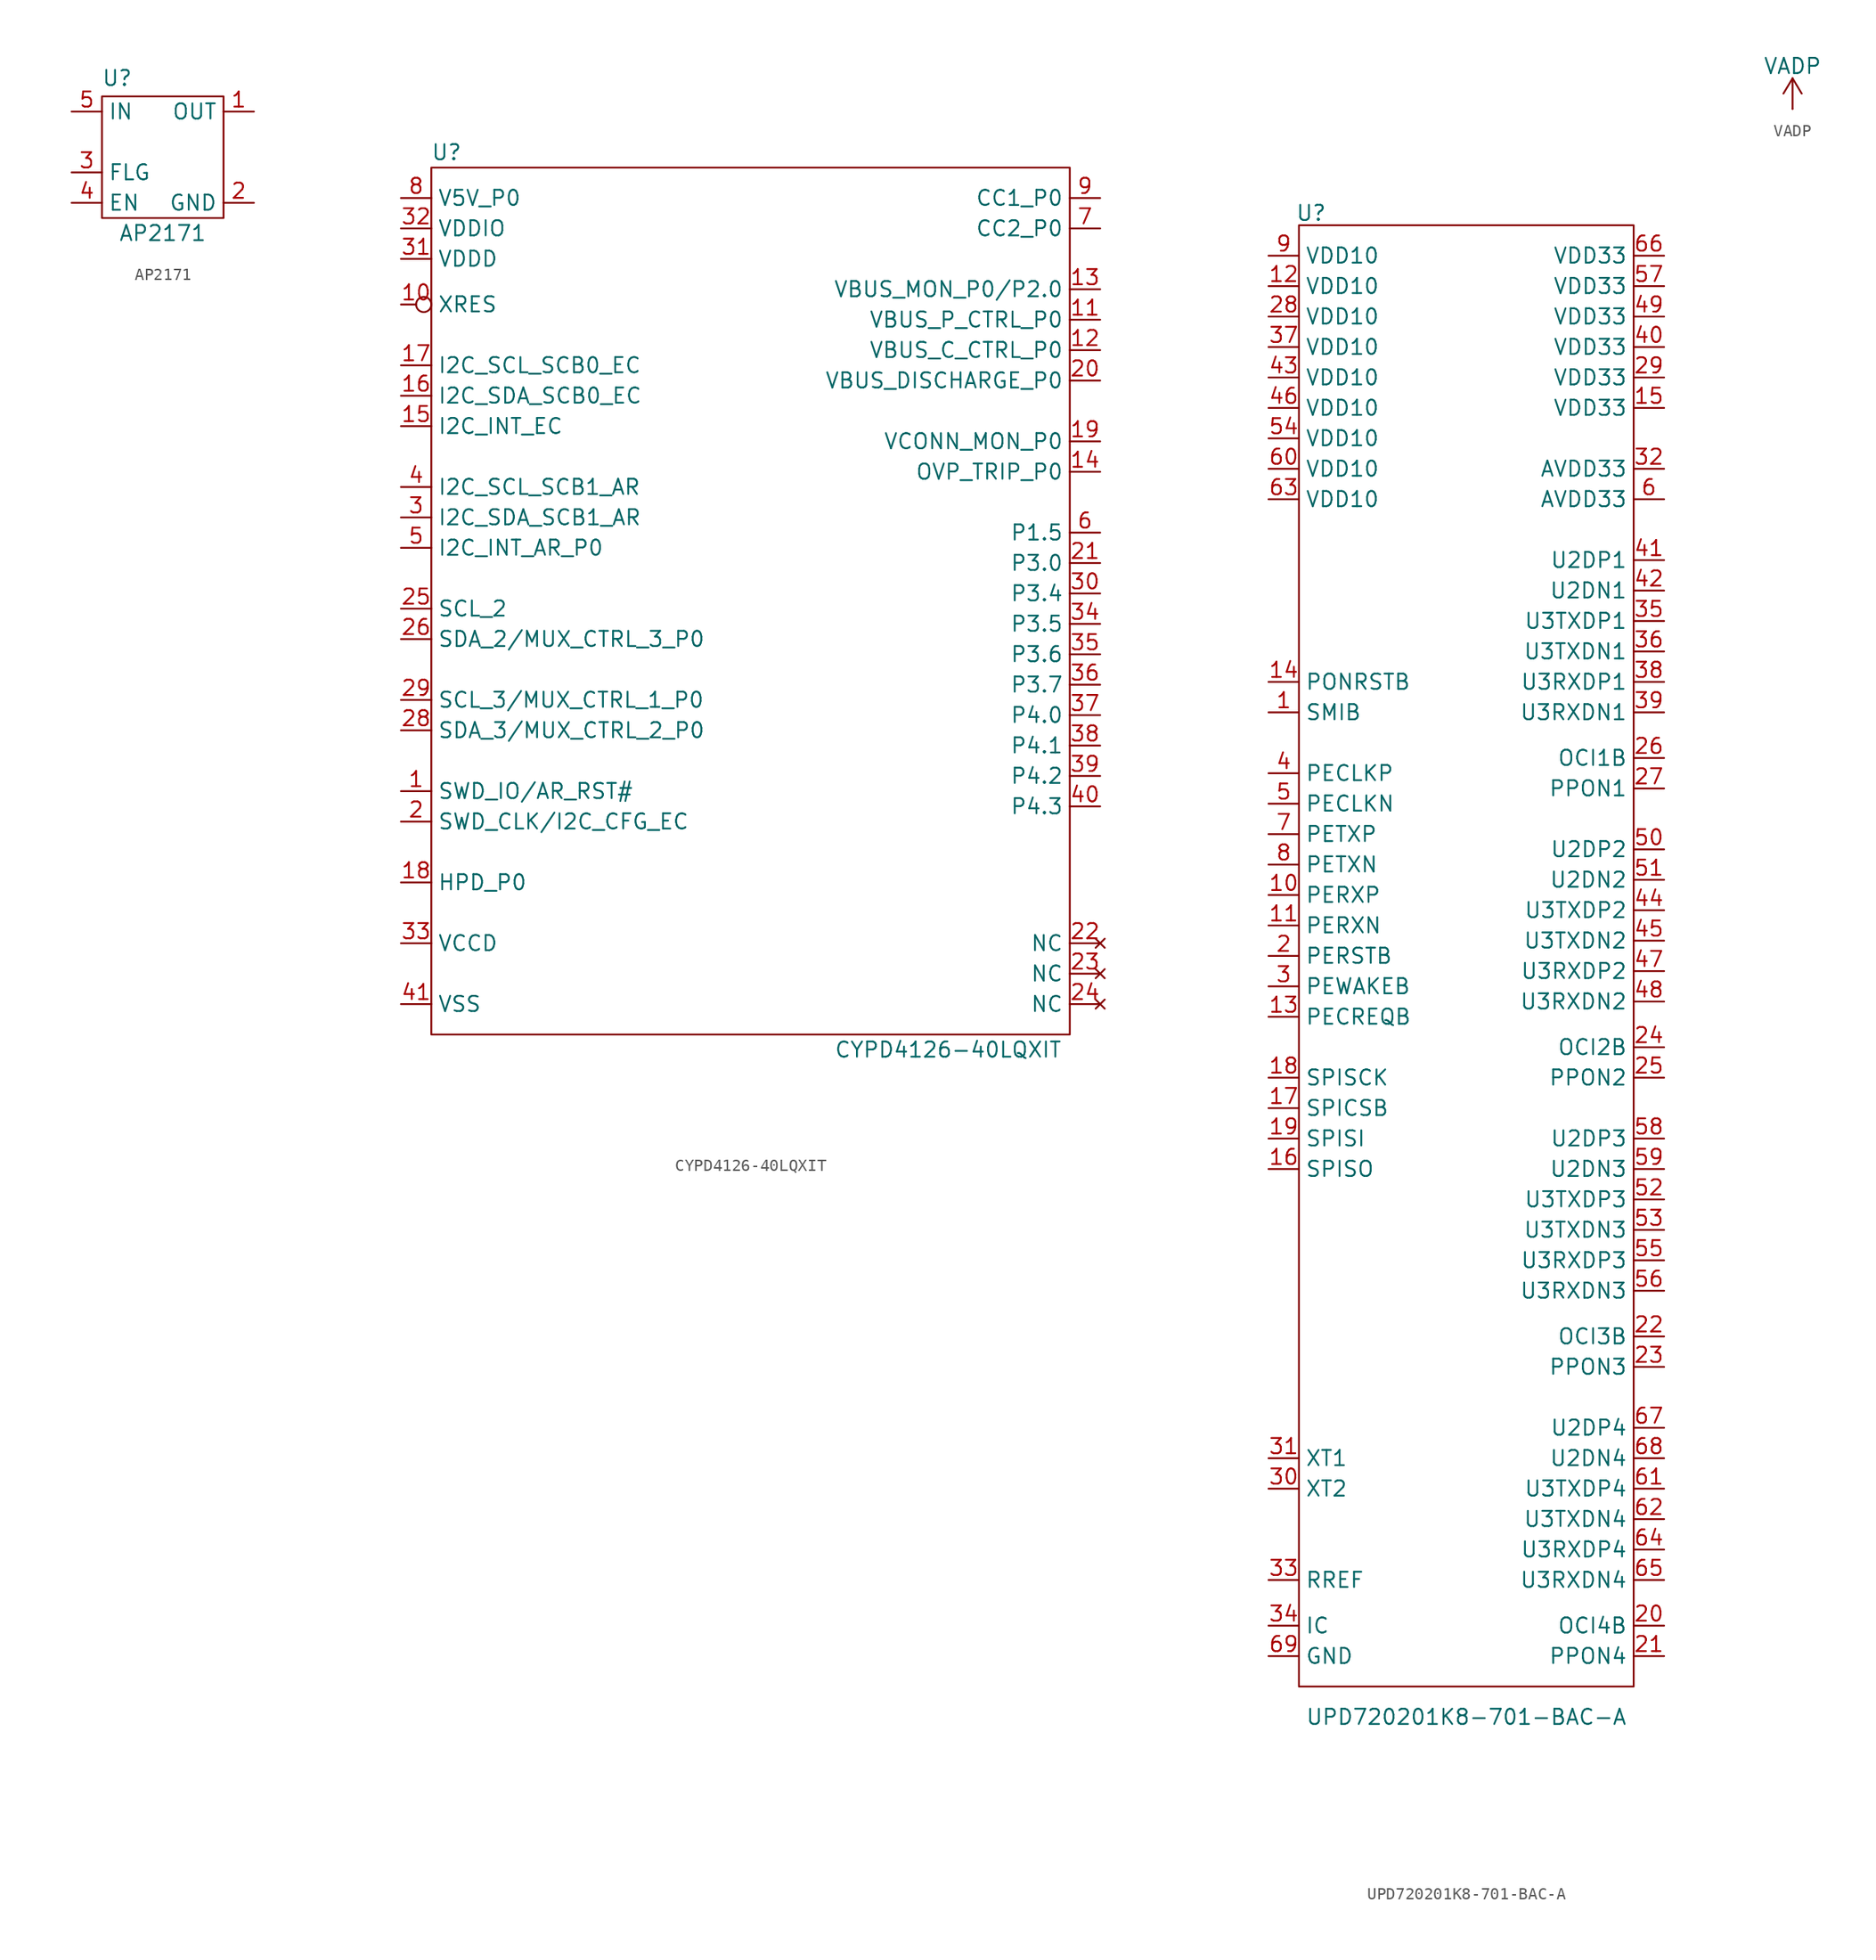
<source format=kicad_sym>
(kicad_symbol_lib
  (version 20231120)
  (generator "kicad_symbol_editor")
  (generator_version "8.0")
  (symbol "AP2171"
    (property "Reference" "U"
      (at -3.81 6.604 0)
      (effects (font (size 1.27 1.27))))
    (property "Value" "AP2171"
      (at 0 -6.35 0)
      (effects (font (size 1.27 1.27))))
    (symbol "AP2171_0_1"
      (rectangle (start -5.08 5.08) (end 5.08 -5.08) (stroke (width 0) (type default)) (fill (type none))))
    (symbol "AP2171_1_1"
      (pin power_out line (at 7.62 3.81 180) (length 2.54) (name "OUT" (effects (font (size 1.27 1.27)))) (number "1" (effects (font (size 1.27 1.27)))))
      (pin power_in line (at 7.62 -3.81 180) (length 2.54) (name "GND" (effects (font (size 1.27 1.27)))) (number "2" (effects (font (size 1.27 1.27)))))
      (pin open_collector line (at -7.62 -1.27 0) (length 2.54) (name "FLG" (effects (font (size 1.27 1.27)))) (number "3" (effects (font (size 1.27 1.27)))))
      (pin input line (at -7.62 -3.81 0) (length 2.54) (name "EN" (effects (font (size 1.27 1.27)))) (number "4" (effects (font (size 1.27 1.27)))))
      (pin power_in line (at -7.62 3.81 0) (length 2.54) (name "IN" (effects (font (size 1.27 1.27)))) (number "5" (effects (font (size 1.27 1.27)))))))
  (symbol "CYPD4126-40LQXIT"
    (property "Reference" "U"
      (at -25.4 34.29 0)
      (effects (font (size 1.27 1.27))))
    (property "Value" "CYPD4126-40LQXIT"
      (at 16.51 -40.64 0)
      (effects (font (size 1.27 1.27))))
    (symbol "CYPD4126-40LQXIT_0_1"
      (rectangle (start -26.67 33.02) (end 26.67 -39.37) (stroke (width 0) (type default)) (fill (type none))))
    (symbol "CYPD4126-40LQXIT_1_1"
      (pin bidirectional line (at -29.21 -19.05 0) (length 2.54) (name "SWD_IO/AR_RST#" (effects (font (size 1.27 1.27)))) (number "1" (effects (font (size 1.27 1.27)))))
      (pin input inverted (at -29.21 21.59 0) (length 2.54) (name "XRES" (effects (font (size 1.27 1.27)))) (number "10" (effects (font (size 1.27 1.27)))))
      (pin input line (at 29.21 20.32 180) (length 2.54) (name "VBUS_P_CTRL_P0" (effects (font (size 1.27 1.27)))) (number "11" (effects (font (size 1.27 1.27)))))
      (pin input line (at 29.21 17.78 180) (length 2.54) (name "VBUS_C_CTRL_P0" (effects (font (size 1.27 1.27)))) (number "12" (effects (font (size 1.27 1.27)))))
      (pin input line (at 29.21 22.86 180) (length 2.54) (name "VBUS_MON_P0/P2.0" (effects (font (size 1.27 1.27)))) (number "13" (effects (font (size 1.27 1.27)))))
      (pin input line (at 29.21 7.62 180) (length 2.54) (name "OVP_TRIP_P0" (effects (font (size 1.27 1.27)))) (number "14" (effects (font (size 1.27 1.27)))))
      (pin bidirectional line (at -29.21 11.43 0) (length 2.54) (name "I2C_INT_EC" (effects (font (size 1.27 1.27)))) (number "15" (effects (font (size 1.27 1.27)))))
      (pin bidirectional line (at -29.21 13.97 0) (length 2.54) (name "I2C_SDA_SCB0_EC" (effects (font (size 1.27 1.27)))) (number "16" (effects (font (size 1.27 1.27)))))
      (pin bidirectional line (at -29.21 16.51 0) (length 2.54) (name "I2C_SCL_SCB0_EC" (effects (font (size 1.27 1.27)))) (number "17" (effects (font (size 1.27 1.27)))))
      (pin bidirectional line (at -29.21 -26.67 0) (length 2.54) (name "HPD_P0" (effects (font (size 1.27 1.27)))) (number "18" (effects (font (size 1.27 1.27)))))
      (pin input line (at 29.21 10.16 180) (length 2.54) (name "VCONN_MON_P0" (effects (font (size 1.27 1.27)))) (number "19" (effects (font (size 1.27 1.27)))))
      (pin bidirectional line (at -29.21 -21.59 0) (length 2.54) (name "SWD_CLK/I2C_CFG_EC" (effects (font (size 1.27 1.27)))) (number "2" (effects (font (size 1.27 1.27)))))
      (pin input line (at 29.21 15.24 180) (length 2.54) (name "VBUS_DISCHARGE_P0" (effects (font (size 1.27 1.27)))) (number "20" (effects (font (size 1.27 1.27)))))
      (pin bidirectional line (at 29.21 0 180) (length 2.54) (name "P3.0" (effects (font (size 1.27 1.27)))) (number "21" (effects (font (size 1.27 1.27)))))
      (pin no_connect line (at 29.21 -31.75 180) (length 2.54) (name "NC" (effects (font (size 1.27 1.27)))) (number "22" (effects (font (size 1.27 1.27)))))
      (pin no_connect line (at 29.21 -34.29 180) (length 2.54) (name "NC" (effects (font (size 1.27 1.27)))) (number "23" (effects (font (size 1.27 1.27)))))
      (pin no_connect line (at 29.21 -36.83 180) (length 2.54) (name "NC" (effects (font (size 1.27 1.27)))) (number "24" (effects (font (size 1.27 1.27)))))
      (pin bidirectional line (at -29.21 -3.81 0) (length 2.54) (name "SCL_2" (effects (font (size 1.27 1.27)))) (number "25" (effects (font (size 1.27 1.27)))))
      (pin bidirectional line (at -29.21 -6.35 0) (length 2.54) (name "SDA_2/MUX_CTRL_3_P0" (effects (font (size 1.27 1.27)))) (number "26" (effects (font (size 1.27 1.27)))))
      (pin bidirectional line (at -29.21 -13.97 0) (length 2.54) (name "SDA_3/MUX_CTRL_2_P0" (effects (font (size 1.27 1.27)))) (number "28" (effects (font (size 1.27 1.27)))))
      (pin bidirectional line (at -29.21 -11.43 0) (length 2.54) (name "SCL_3/MUX_CTRL_1_P0" (effects (font (size 1.27 1.27)))) (number "29" (effects (font (size 1.27 1.27)))))
      (pin bidirectional line (at -29.21 3.81 0) (length 2.54) (name "I2C_SDA_SCB1_AR" (effects (font (size 1.27 1.27)))) (number "3" (effects (font (size 1.27 1.27)))))
      (pin bidirectional line (at 29.21 -2.54 180) (length 2.54) (name "P3.4" (effects (font (size 1.27 1.27)))) (number "30" (effects (font (size 1.27 1.27)))))
      (pin power_in line (at -29.21 25.4 0) (length 2.54) (name "VDDD" (effects (font (size 1.27 1.27)))) (number "31" (effects (font (size 1.27 1.27)))))
      (pin power_in line (at -29.21 27.94 0) (length 2.54) (name "VDDIO" (effects (font (size 1.27 1.27)))) (number "32" (effects (font (size 1.27 1.27)))))
      (pin passive line (at -29.21 -31.75 0) (length 2.54) (name "VCCD" (effects (font (size 1.27 1.27)))) (number "33" (effects (font (size 1.27 1.27)))))
      (pin bidirectional line (at 29.21 -5.08 180) (length 2.54) (name "P3.5" (effects (font (size 1.27 1.27)))) (number "34" (effects (font (size 1.27 1.27)))))
      (pin bidirectional line (at 29.21 -7.62 180) (length 2.54) (name "P3.6" (effects (font (size 1.27 1.27)))) (number "35" (effects (font (size 1.27 1.27)))))
      (pin bidirectional line (at 29.21 -10.16 180) (length 2.54) (name "P3.7" (effects (font (size 1.27 1.27)))) (number "36" (effects (font (size 1.27 1.27)))))
      (pin bidirectional line (at 29.21 -12.7 180) (length 2.54) (name "P4.0" (effects (font (size 1.27 1.27)))) (number "37" (effects (font (size 1.27 1.27)))))
      (pin bidirectional line (at 29.21 -15.24 180) (length 2.54) (name "P4.1" (effects (font (size 1.27 1.27)))) (number "38" (effects (font (size 1.27 1.27)))))
      (pin bidirectional line (at 29.21 -17.78 180) (length 2.54) (name "P4.2" (effects (font (size 1.27 1.27)))) (number "39" (effects (font (size 1.27 1.27)))))
      (pin bidirectional line (at -29.21 6.35 0) (length 2.54) (name "I2C_SCL_SCB1_AR" (effects (font (size 1.27 1.27)))) (number "4" (effects (font (size 1.27 1.27)))))
      (pin bidirectional line (at 29.21 -20.32 180) (length 2.54) (name "P4.3" (effects (font (size 1.27 1.27)))) (number "40" (effects (font (size 1.27 1.27)))))
      (pin power_in line (at -29.21 -36.83 0) (length 2.54) (name "VSS" (effects (font (size 1.27 1.27)))) (number "41" (effects (font (size 1.27 1.27)))))
      (pin bidirectional line (at -29.21 1.27 0) (length 2.54) (name "I2C_INT_AR_P0" (effects (font (size 1.27 1.27)))) (number "5" (effects (font (size 1.27 1.27)))))
      (pin bidirectional line (at 29.21 2.54 180) (length 2.54) (name "P1.5" (effects (font (size 1.27 1.27)))) (number "6" (effects (font (size 1.27 1.27)))))
      (pin bidirectional line (at 29.21 27.94 180) (length 2.54) (name "CC2_P0" (effects (font (size 1.27 1.27)))) (number "7" (effects (font (size 1.27 1.27)))))
      (pin power_in line (at -29.21 30.48 0) (length 2.54) (name "V5V_P0" (effects (font (size 1.27 1.27)))) (number "8" (effects (font (size 1.27 1.27)))))
      (pin bidirectional line (at 29.21 30.48 180) (length 2.54) (name "CC1_P0" (effects (font (size 1.27 1.27)))) (number "9" (effects (font (size 1.27 1.27)))))))
  (symbol "UPD720201K8-701-BAC-A"
    (property "Reference" "U"
      (at -12.954 74.676 0)
      (effects (font (size 1.27 1.27))))
    (property "Value" "UPD720201K8-701-BAC-A"
      (at 0 -50.8 0)
      (effects (font (size 1.27 1.27))))
    (symbol "UPD720201K8-701-BAC-A_0_1"
      (rectangle (start -13.97 73.66) (end 13.97 -48.26) (stroke (width 0) (type default)) (fill (type none))))
    (symbol "UPD720201K8-701-BAC-A_1_1"
      (pin bidirectional line (at -16.51 33.02 0) (length 2.54) (name "SMIB" (effects (font (size 1.27 1.27)))) (number "1" (effects (font (size 1.27 1.27)))))
      (pin bidirectional line (at -16.51 17.78 0) (length 2.54) (name "PERXP" (effects (font (size 1.27 1.27)))) (number "10" (effects (font (size 1.27 1.27)))))
      (pin bidirectional line (at -16.51 15.24 0) (length 2.54) (name "PERXN" (effects (font (size 1.27 1.27)))) (number "11" (effects (font (size 1.27 1.27)))))
      (pin power_in line (at -16.51 68.58 0) (length 2.54) (name "VDD10" (effects (font (size 1.27 1.27)))) (number "12" (effects (font (size 1.27 1.27)))))
      (pin bidirectional line (at -16.51 7.62 0) (length 2.54) (name "PECREQB" (effects (font (size 1.27 1.27)))) (number "13" (effects (font (size 1.27 1.27)))))
      (pin bidirectional line (at -16.51 35.56 0) (length 2.54) (name "PONRSTB" (effects (font (size 1.27 1.27)))) (number "14" (effects (font (size 1.27 1.27)))))
      (pin power_in line (at 16.51 58.42 180) (length 2.54) (name "VDD33" (effects (font (size 1.27 1.27)))) (number "15" (effects (font (size 1.27 1.27)))))
      (pin bidirectional line (at -16.51 -5.08 0) (length 2.54) (name "SPISO" (effects (font (size 1.27 1.27)))) (number "16" (effects (font (size 1.27 1.27)))))
      (pin bidirectional line (at -16.51 0 0) (length 2.54) (name "SPICSB" (effects (font (size 1.27 1.27)))) (number "17" (effects (font (size 1.27 1.27)))))
      (pin bidirectional line (at -16.51 2.54 0) (length 2.54) (name "SPISCK" (effects (font (size 1.27 1.27)))) (number "18" (effects (font (size 1.27 1.27)))))
      (pin bidirectional line (at -16.51 -2.54 0) (length 2.54) (name "SPISI" (effects (font (size 1.27 1.27)))) (number "19" (effects (font (size 1.27 1.27)))))
      (pin bidirectional line (at -16.51 12.7 0) (length 2.54) (name "PERSTB" (effects (font (size 1.27 1.27)))) (number "2" (effects (font (size 1.27 1.27)))))
      (pin bidirectional line (at 16.51 -43.18 180) (length 2.54) (name "OCI4B" (effects (font (size 1.27 1.27)))) (number "20" (effects (font (size 1.27 1.27)))))
      (pin bidirectional line (at 16.51 -45.72 180) (length 2.54) (name "PPON4" (effects (font (size 1.27 1.27)))) (number "21" (effects (font (size 1.27 1.27)))))
      (pin bidirectional line (at 16.51 -19.05 180) (length 2.54) (name "OCI3B" (effects (font (size 1.27 1.27)))) (number "22" (effects (font (size 1.27 1.27)))))
      (pin bidirectional line (at 16.51 -21.59 180) (length 2.54) (name "PPON3" (effects (font (size 1.27 1.27)))) (number "23" (effects (font (size 1.27 1.27)))))
      (pin bidirectional line (at 16.51 5.08 180) (length 2.54) (name "OCI2B" (effects (font (size 1.27 1.27)))) (number "24" (effects (font (size 1.27 1.27)))))
      (pin bidirectional line (at 16.51 2.54 180) (length 2.54) (name "PPON2" (effects (font (size 1.27 1.27)))) (number "25" (effects (font (size 1.27 1.27)))))
      (pin bidirectional line (at 16.51 29.21 180) (length 2.54) (name "OCI1B" (effects (font (size 1.27 1.27)))) (number "26" (effects (font (size 1.27 1.27)))))
      (pin bidirectional line (at 16.51 26.67 180) (length 2.54) (name "PPON1" (effects (font (size 1.27 1.27)))) (number "27" (effects (font (size 1.27 1.27)))))
      (pin power_in line (at -16.51 66.04 0) (length 2.54) (name "VDD10" (effects (font (size 1.27 1.27)))) (number "28" (effects (font (size 1.27 1.27)))))
      (pin power_in line (at 16.51 60.96 180) (length 2.54) (name "VDD33" (effects (font (size 1.27 1.27)))) (number "29" (effects (font (size 1.27 1.27)))))
      (pin bidirectional line (at -16.51 10.16 0) (length 2.54) (name "PEWAKEB" (effects (font (size 1.27 1.27)))) (number "3" (effects (font (size 1.27 1.27)))))
      (pin bidirectional line (at -16.51 -31.75 0) (length 2.54) (name "XT2" (effects (font (size 1.27 1.27)))) (number "30" (effects (font (size 1.27 1.27)))))
      (pin bidirectional line (at -16.51 -29.21 0) (length 2.54) (name "XT1" (effects (font (size 1.27 1.27)))) (number "31" (effects (font (size 1.27 1.27)))))
      (pin power_in line (at 16.51 53.34 180) (length 2.54) (name "AVDD33" (effects (font (size 1.27 1.27)))) (number "32" (effects (font (size 1.27 1.27)))))
      (pin bidirectional line (at -16.51 -39.37 0) (length 2.54) (name "RREF" (effects (font (size 1.27 1.27)))) (number "33" (effects (font (size 1.27 1.27)))))
      (pin bidirectional line (at -16.51 -43.18 0) (length 2.54) (name "IC" (effects (font (size 1.27 1.27)))) (number "34" (effects (font (size 1.27 1.27)))))
      (pin bidirectional line (at 16.51 40.64 180) (length 2.54) (name "U3TXDP1" (effects (font (size 1.27 1.27)))) (number "35" (effects (font (size 1.27 1.27)))))
      (pin bidirectional line (at 16.51 38.1 180) (length 2.54) (name "U3TXDN1" (effects (font (size 1.27 1.27)))) (number "36" (effects (font (size 1.27 1.27)))))
      (pin power_in line (at -16.51 63.5 0) (length 2.54) (name "VDD10" (effects (font (size 1.27 1.27)))) (number "37" (effects (font (size 1.27 1.27)))))
      (pin bidirectional line (at 16.51 35.56 180) (length 2.54) (name "U3RXDP1" (effects (font (size 1.27 1.27)))) (number "38" (effects (font (size 1.27 1.27)))))
      (pin bidirectional line (at 16.51 33.02 180) (length 2.54) (name "U3RXDN1" (effects (font (size 1.27 1.27)))) (number "39" (effects (font (size 1.27 1.27)))))
      (pin bidirectional line (at -16.51 27.94 0) (length 2.54) (name "PECLKP" (effects (font (size 1.27 1.27)))) (number "4" (effects (font (size 1.27 1.27)))))
      (pin power_in line (at 16.51 63.5 180) (length 2.54) (name "VDD33" (effects (font (size 1.27 1.27)))) (number "40" (effects (font (size 1.27 1.27)))))
      (pin bidirectional line (at 16.51 45.72 180) (length 2.54) (name "U2DP1" (effects (font (size 1.27 1.27)))) (number "41" (effects (font (size 1.27 1.27)))))
      (pin bidirectional line (at 16.51 43.18 180) (length 2.54) (name "U2DN1" (effects (font (size 1.27 1.27)))) (number "42" (effects (font (size 1.27 1.27)))))
      (pin power_in line (at -16.51 60.96 0) (length 2.54) (name "VDD10" (effects (font (size 1.27 1.27)))) (number "43" (effects (font (size 1.27 1.27)))))
      (pin bidirectional line (at 16.51 16.51 180) (length 2.54) (name "U3TXDP2" (effects (font (size 1.27 1.27)))) (number "44" (effects (font (size 1.27 1.27)))))
      (pin bidirectional line (at 16.51 13.97 180) (length 2.54) (name "U3TXDN2" (effects (font (size 1.27 1.27)))) (number "45" (effects (font (size 1.27 1.27)))))
      (pin power_in line (at -16.51 58.42 0) (length 2.54) (name "VDD10" (effects (font (size 1.27 1.27)))) (number "46" (effects (font (size 1.27 1.27)))))
      (pin bidirectional line (at 16.51 11.43 180) (length 2.54) (name "U3RXDP2" (effects (font (size 1.27 1.27)))) (number "47" (effects (font (size 1.27 1.27)))))
      (pin bidirectional line (at 16.51 8.89 180) (length 2.54) (name "U3RXDN2" (effects (font (size 1.27 1.27)))) (number "48" (effects (font (size 1.27 1.27)))))
      (pin power_in line (at 16.51 66.04 180) (length 2.54) (name "VDD33" (effects (font (size 1.27 1.27)))) (number "49" (effects (font (size 1.27 1.27)))))
      (pin bidirectional line (at -16.51 25.4 0) (length 2.54) (name "PECLKN" (effects (font (size 1.27 1.27)))) (number "5" (effects (font (size 1.27 1.27)))))
      (pin bidirectional line (at 16.51 21.59 180) (length 2.54) (name "U2DP2" (effects (font (size 1.27 1.27)))) (number "50" (effects (font (size 1.27 1.27)))))
      (pin bidirectional line (at 16.51 19.05 180) (length 2.54) (name "U2DN2" (effects (font (size 1.27 1.27)))) (number "51" (effects (font (size 1.27 1.27)))))
      (pin bidirectional line (at 16.51 -7.62 180) (length 2.54) (name "U3TXDP3" (effects (font (size 1.27 1.27)))) (number "52" (effects (font (size 1.27 1.27)))))
      (pin bidirectional line (at 16.51 -10.16 180) (length 2.54) (name "U3TXDN3" (effects (font (size 1.27 1.27)))) (number "53" (effects (font (size 1.27 1.27)))))
      (pin power_in line (at -16.51 55.88 0) (length 2.54) (name "VDD10" (effects (font (size 1.27 1.27)))) (number "54" (effects (font (size 1.27 1.27)))))
      (pin bidirectional line (at 16.51 -12.7 180) (length 2.54) (name "U3RXDP3" (effects (font (size 1.27 1.27)))) (number "55" (effects (font (size 1.27 1.27)))))
      (pin bidirectional line (at 16.51 -15.24 180) (length 2.54) (name "U3RXDN3" (effects (font (size 1.27 1.27)))) (number "56" (effects (font (size 1.27 1.27)))))
      (pin power_in line (at 16.51 68.58 180) (length 2.54) (name "VDD33" (effects (font (size 1.27 1.27)))) (number "57" (effects (font (size 1.27 1.27)))))
      (pin bidirectional line (at 16.51 -2.54 180) (length 2.54) (name "U2DP3" (effects (font (size 1.27 1.27)))) (number "58" (effects (font (size 1.27 1.27)))))
      (pin bidirectional line (at 16.51 -5.08 180) (length 2.54) (name "U2DN3" (effects (font (size 1.27 1.27)))) (number "59" (effects (font (size 1.27 1.27)))))
      (pin power_in line (at 16.51 50.8 180) (length 2.54) (name "AVDD33" (effects (font (size 1.27 1.27)))) (number "6" (effects (font (size 1.27 1.27)))))
      (pin power_in line (at -16.51 53.34 0) (length 2.54) (name "VDD10" (effects (font (size 1.27 1.27)))) (number "60" (effects (font (size 1.27 1.27)))))
      (pin bidirectional line (at 16.51 -31.75 180) (length 2.54) (name "U3TXDP4" (effects (font (size 1.27 1.27)))) (number "61" (effects (font (size 1.27 1.27)))))
      (pin bidirectional line (at 16.51 -34.29 180) (length 2.54) (name "U3TXDN4" (effects (font (size 1.27 1.27)))) (number "62" (effects (font (size 1.27 1.27)))))
      (pin power_in line (at -16.51 50.8 0) (length 2.54) (name "VDD10" (effects (font (size 1.27 1.27)))) (number "63" (effects (font (size 1.27 1.27)))))
      (pin bidirectional line (at 16.51 -36.83 180) (length 2.54) (name "U3RXDP4" (effects (font (size 1.27 1.27)))) (number "64" (effects (font (size 1.27 1.27)))))
      (pin bidirectional line (at 16.51 -39.37 180) (length 2.54) (name "U3RXDN4" (effects (font (size 1.27 1.27)))) (number "65" (effects (font (size 1.27 1.27)))))
      (pin power_in line (at 16.51 71.12 180) (length 2.54) (name "VDD33" (effects (font (size 1.27 1.27)))) (number "66" (effects (font (size 1.27 1.27)))))
      (pin bidirectional line (at 16.51 -26.67 180) (length 2.54) (name "U2DP4" (effects (font (size 1.27 1.27)))) (number "67" (effects (font (size 1.27 1.27)))))
      (pin bidirectional line (at 16.51 -29.21 180) (length 2.54) (name "U2DN4" (effects (font (size 1.27 1.27)))) (number "68" (effects (font (size 1.27 1.27)))))
      (pin power_in line (at -16.51 -45.72 0) (length 2.54) (name "GND" (effects (font (size 1.27 1.27)))) (number "69" (effects (font (size 1.27 1.27)))))
      (pin bidirectional line (at -16.51 22.86 0) (length 2.54) (name "PETXP" (effects (font (size 1.27 1.27)))) (number "7" (effects (font (size 1.27 1.27)))))
      (pin bidirectional line (at -16.51 20.32 0) (length 2.54) (name "PETXN" (effects (font (size 1.27 1.27)))) (number "8" (effects (font (size 1.27 1.27)))))
      (pin power_in line (at -16.51 71.12 0) (length 2.54) (name "VDD10" (effects (font (size 1.27 1.27)))) (number "9" (effects (font (size 1.27 1.27)))))))
  (symbol "VADP"
    (power)
    (pin_numbers hide)
    (pin_names
      (offset 0) hide)
    (property "Reference" "#PWR"
      (at 0 -3.81 0)
      (effects (font (size 1.27 1.27)) (hide yes)))
    (property "Value" "VADP"
      (at 0 3.556 0)
      (effects (font (size 1.27 1.27))))
    (symbol "VADP_0_1"
      (polyline (pts (xy -0.762 1.27) (xy 0 2.54)) (stroke (width 0) (type default)) (fill (type none)))
      (polyline (pts (xy 0 0) (xy 0 2.54)) (stroke (width 0) (type default)) (fill (type none)))
      (polyline (pts (xy 0 2.54) (xy 0.762 1.27)) (stroke (width 0) (type default)) (fill (type none))))
    (symbol "VADP_1_1"
      (pin power_in line (at 0 0 90) (length 0) (name "~" (effects (font (size 1.27 1.27)))) (number "1" (effects (font (size 1.27 1.27))))))))
</source>
